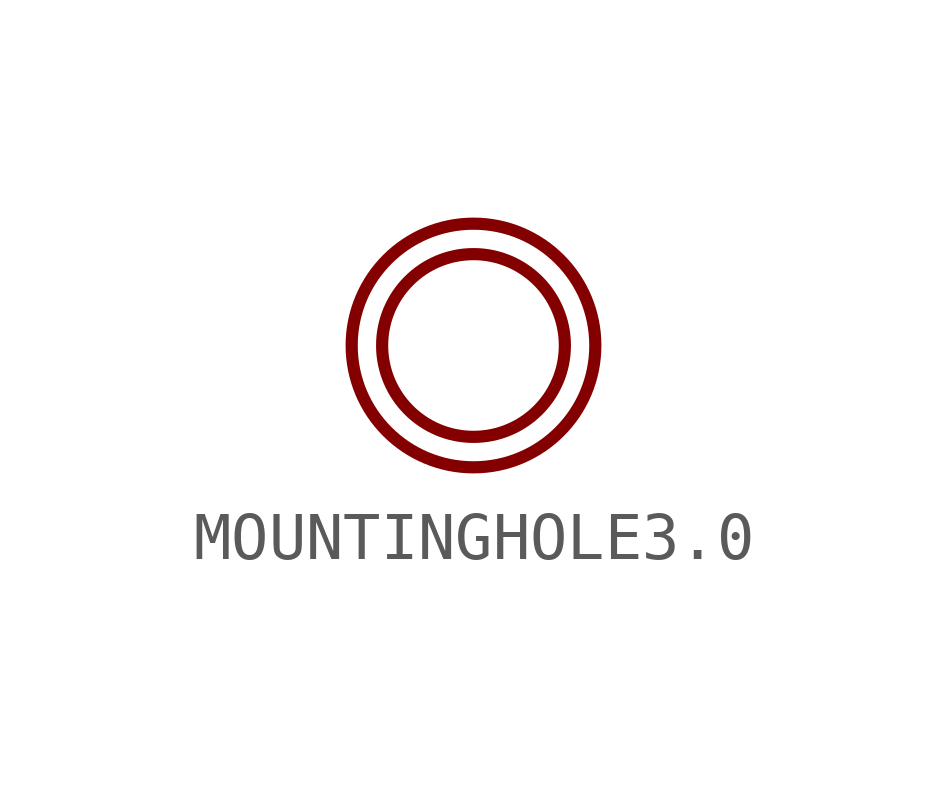
<source format=kicad_sym>
(kicad_symbol_lib
  (version 20211014)
  (generator kicad_symbol_editor)
  (symbol "MOUNTINGHOLE3.0"
    (property "Reference" ""
      (at 0 0 0)
      (effects (font (size 1.27 1.27)) hide))
    (property "ki_locked" ""
      (at 0 0 0)
      (effects (font (size 1.27 1.27))))
    (symbol "MOUNTINGHOLE3.0_1_0"
      (circle (center 0 0) (radius 1.905) (stroke (width 0.254)) (stroke (width 0.254) (type default) (color 0 0 0 0)) (fill (type none)))
      (circle (center 0 0) (radius 2.54) (stroke (width 0.254)) (stroke (width 0.254) (type default) (color 0 0 0 0)) (fill (type none))))))
</source>
